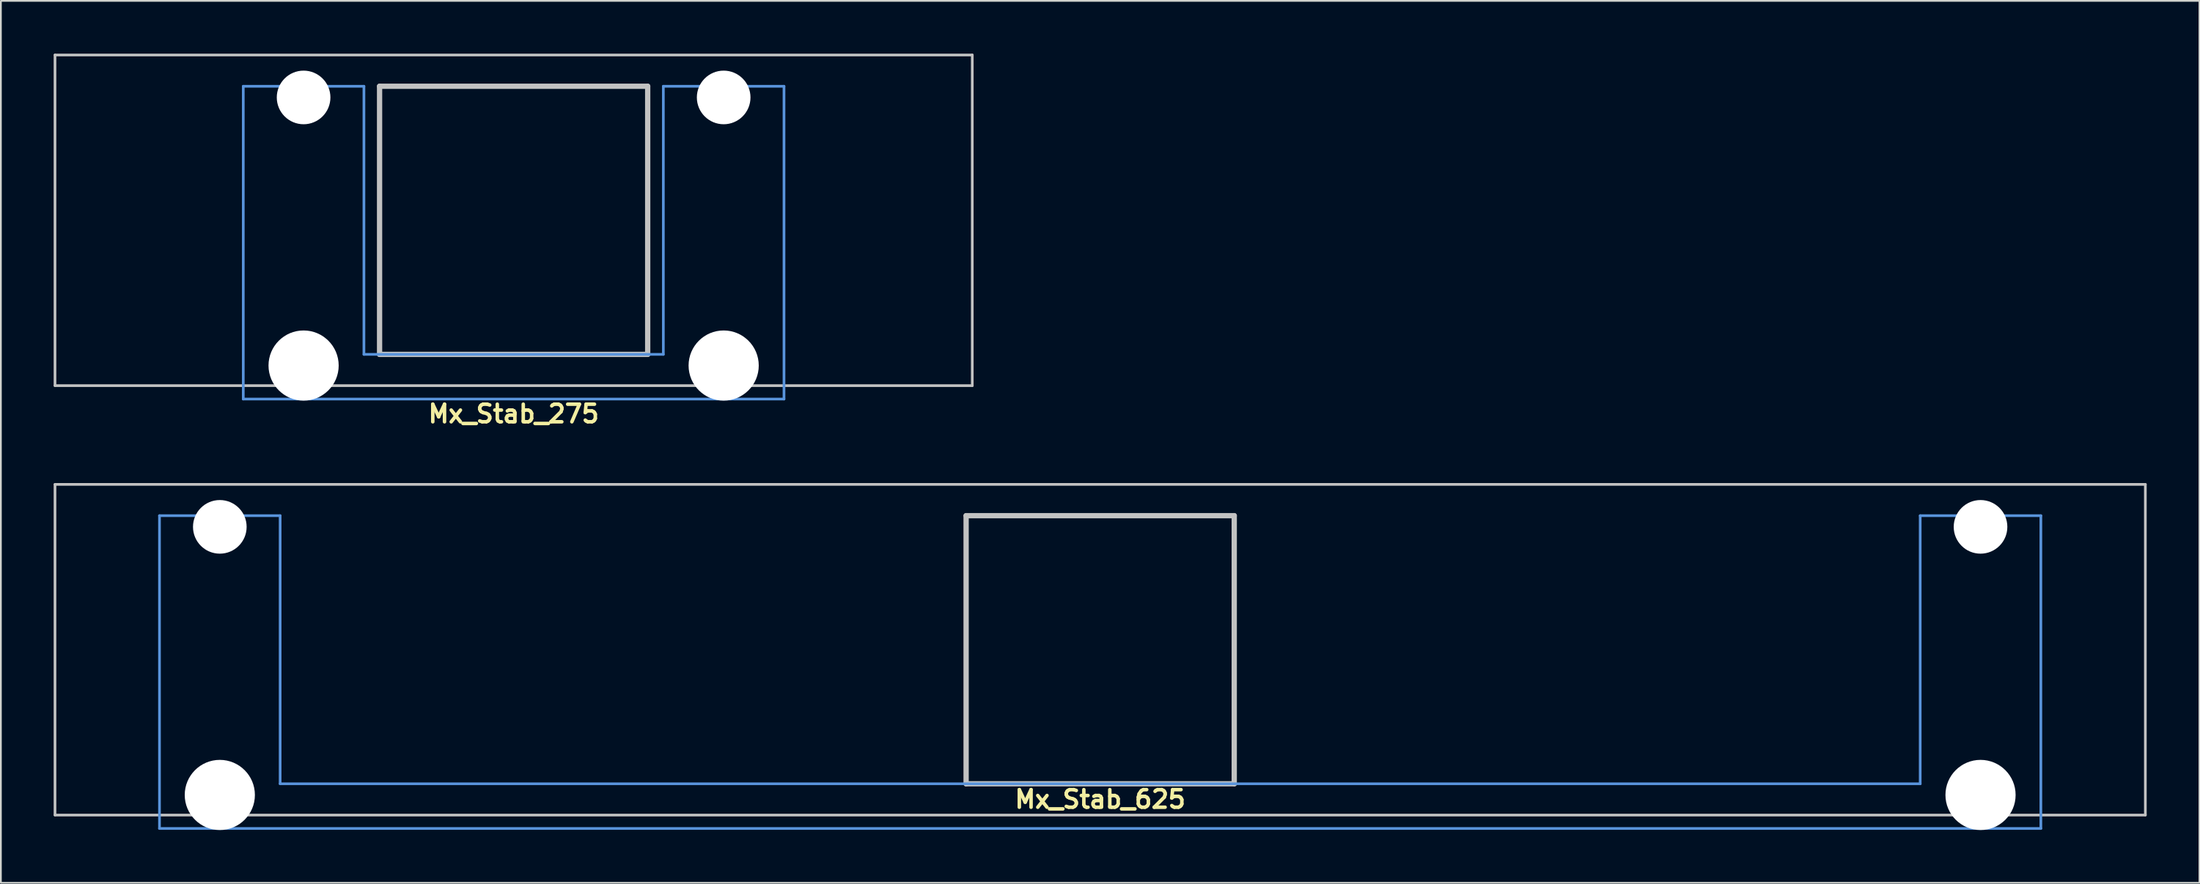
<source format=kicad_pcb>
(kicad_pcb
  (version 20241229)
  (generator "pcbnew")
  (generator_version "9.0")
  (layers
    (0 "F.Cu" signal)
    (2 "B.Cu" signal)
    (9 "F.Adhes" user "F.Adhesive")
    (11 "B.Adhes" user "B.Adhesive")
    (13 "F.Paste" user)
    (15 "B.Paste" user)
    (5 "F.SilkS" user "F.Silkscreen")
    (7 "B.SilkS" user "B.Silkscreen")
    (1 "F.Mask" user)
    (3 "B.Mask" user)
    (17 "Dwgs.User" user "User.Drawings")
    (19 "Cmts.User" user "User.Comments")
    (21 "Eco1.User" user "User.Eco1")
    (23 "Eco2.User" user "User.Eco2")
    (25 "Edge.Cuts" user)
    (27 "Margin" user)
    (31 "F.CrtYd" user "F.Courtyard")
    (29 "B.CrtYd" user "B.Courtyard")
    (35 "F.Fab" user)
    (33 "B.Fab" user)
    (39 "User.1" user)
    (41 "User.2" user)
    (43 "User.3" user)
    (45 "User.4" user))
  (footprint "Mx_Stab_625"
    (layer "F.Cu")
    (at 59.482 33.884)
    (property "Reference" "Mx_Stab_625" (at 0 8.5 0) (layer "F.SilkS") (effects (font (size 1 1) (thickness 0.2))))
    (attr through_hole)
    (fp_line (start -59.406 -9.398) (end 59.406 -9.398) (stroke (width 0.152) (type solid)) (layer "Dwgs.User"))
    (fp_line (start -59.406 9.398) (end -59.406 -9.398) (stroke (width 0.152) (type solid)) (layer "Dwgs.User"))
    (fp_line (start -7.62 -7.62) (end 7.62 -7.62) (stroke (width 0.3) (type solid)) (layer "Dwgs.User"))
    (fp_line (start -7.62 7.62) (end -7.62 -7.62) (stroke (width 0.3) (type solid)) (layer "Dwgs.User"))
    (fp_line (start 7.62 -7.62) (end 7.62 7.62) (stroke (width 0.3) (type solid)) (layer "Dwgs.User"))
    (fp_line (start 7.62 7.62) (end -7.62 7.62) (stroke (width 0.3) (type solid)) (layer "Dwgs.User"))
    (fp_line (start 59.406 -9.398) (end 59.406 9.398) (stroke (width 0.152) (type solid)) (layer "Dwgs.User"))
    (fp_line (start 59.406 9.398) (end -59.406 9.398) (stroke (width 0.152) (type solid)) (layer "Dwgs.User"))
    (fp_line (start -53.467 -7.62) (end -53.467 10.16) (stroke (width 0.152) (type solid)) (layer "Cmts.User"))
    (fp_line (start -53.467 10.16) (end 53.467 10.16) (stroke (width 0.152) (type solid)) (layer "Cmts.User"))
    (fp_line (start -46.609 -7.62) (end -53.467 -7.62) (stroke (width 0.152) (type solid)) (layer "Cmts.User"))
    (fp_line (start -46.609 7.62) (end -46.609 -7.62) (stroke (width 0.152) (type solid)) (layer "Cmts.User"))
    (fp_line (start 46.609 -7.62) (end 46.609 7.62) (stroke (width 0.152) (type solid)) (layer "Cmts.User"))
    (fp_line (start 46.609 7.62) (end -46.609 7.62) (stroke (width 0.152) (type solid)) (layer "Cmts.User"))
    (fp_line (start 53.467 -7.62) (end 46.609 -7.62) (stroke (width 0.152) (type solid)) (layer "Cmts.User"))
    (fp_line (start 53.467 10.16) (end 53.467 -7.62) (stroke (width 0.152) (type solid)) (layer "Cmts.User"))
    (fp_line (start -54.229 -2.286) (end -53.365 -2.286) (stroke (width 0.152) (type solid)) (layer "Eco2.User"))
    (fp_line (start -54.229 0.508) (end -54.229 -2.286) (stroke (width 0.152) (type solid)) (layer "Eco2.User"))
    (fp_line (start -53.365 -5.69) (end -46.711 -5.69) (stroke (width 0.152) (type solid)) (layer "Eco2.User"))
    (fp_line (start -53.365 -2.286) (end -53.365 -5.69) (stroke (width 0.152) (type solid)) (layer "Eco2.User"))
    (fp_line (start -53.365 0.508) (end -54.229 0.508) (stroke (width 0.152) (type solid)) (layer "Eco2.User"))
    (fp_line (start -53.365 6.604) (end -53.365 0.508) (stroke (width 0.152) (type solid)) (layer "Eco2.User"))
    (fp_line (start -52.324 6.604) (end -53.365 6.604) (stroke (width 0.152) (type solid)) (layer "Eco2.User"))
    (fp_line (start -52.324 7.772) (end -52.324 6.604) (stroke (width 0.152) (type solid)) (layer "Eco2.User"))
    (fp_line (start -47.752 6.604) (end -47.752 7.772) (stroke (width 0.152) (type solid)) (layer "Eco2.User"))
    (fp_line (start -47.752 7.772) (end -52.324 7.772) (stroke (width 0.152) (type solid)) (layer "Eco2.User"))
    (fp_line (start -46.711 -5.69) (end -46.711 -2.286) (stroke (width 0.152) (type solid)) (layer "Eco2.User"))
    (fp_line (start -46.711 -2.286) (end -6.985 -2.286) (stroke (width 0.152) (type solid)) (layer "Eco2.User"))
    (fp_line (start -46.711 2.286) (end -46.711 6.604) (stroke (width 0.152) (type solid)) (layer "Eco2.User"))
    (fp_line (start -46.711 6.604) (end -47.752 6.604) (stroke (width 0.152) (type solid)) (layer "Eco2.User"))
    (fp_line (start -6.985 -6.985) (end 6.985 -6.985) (stroke (width 0.152) (type solid)) (layer "Eco2.User"))
    (fp_line (start -6.985 -2.286) (end -6.985 -6.985) (stroke (width 0.152) (type solid)) (layer "Eco2.User"))
    (fp_line (start -6.985 2.286) (end -46.711 2.286) (stroke (width 0.152) (type solid)) (layer "Eco2.User"))
    (fp_line (start -6.985 6.985) (end -6.985 2.286) (stroke (width 0.152) (type solid)) (layer "Eco2.User"))
    (fp_line (start 6.985 -6.985) (end 6.985 -2.286) (stroke (width 0.152) (type solid)) (layer "Eco2.User"))
    (fp_line (start 6.985 -2.286) (end 46.711 -2.286) (stroke (width 0.152) (type solid)) (layer "Eco2.User"))
    (fp_line (start 6.985 2.286) (end 6.985 6.985) (stroke (width 0.152) (type solid)) (layer "Eco2.User"))
    (fp_line (start 6.985 6.985) (end -6.985 6.985) (stroke (width 0.152) (type solid)) (layer "Eco2.User"))
    (fp_line (start 46.711 -5.69) (end 53.365 -5.69) (stroke (width 0.152) (type solid)) (layer "Eco2.User"))
    (fp_line (start 46.711 -2.286) (end 46.711 -5.69) (stroke (width 0.152) (type solid)) (layer "Eco2.User"))
    (fp_line (start 46.711 2.286) (end 6.985 2.286) (stroke (width 0.152) (type solid)) (layer "Eco2.User"))
    (fp_line (start 46.711 6.604) (end 46.711 2.286) (stroke (width 0.152) (type solid)) (layer "Eco2.User"))
    (fp_line (start 47.752 6.604) (end 46.711 6.604) (stroke (width 0.152) (type solid)) (layer "Eco2.User"))
    (fp_line (start 47.752 7.772) (end 47.752 6.604) (stroke (width 0.152) (type solid)) (layer "Eco2.User"))
    (fp_line (start 52.324 6.604) (end 52.324 7.772) (stroke (width 0.152) (type solid)) (layer "Eco2.User"))
    (fp_line (start 52.324 7.772) (end 47.752 7.772) (stroke (width 0.152) (type solid)) (layer "Eco2.User"))
    (fp_line (start 53.365 -5.69) (end 53.365 -2.286) (stroke (width 0.152) (type solid)) (layer "Eco2.User"))
    (fp_line (start 53.365 -2.286) (end 54.229 -2.286) (stroke (width 0.152) (type solid)) (layer "Eco2.User"))
    (fp_line (start 53.365 0.508) (end 53.365 6.604) (stroke (width 0.152) (type solid)) (layer "Eco2.User"))
    (fp_line (start 53.365 6.604) (end 52.324 6.604) (stroke (width 0.152) (type solid)) (layer "Eco2.User"))
    (fp_line (start 54.229 -2.286) (end 54.229 0.508) (stroke (width 0.152) (type solid)) (layer "Eco2.User"))
    (fp_line (start 54.229 0.508) (end 53.365 0.508) (stroke (width 0.152) (type solid)) (layer "Eco2.User"))
    (pad "" np_thru_hole circle (at -50.038 -6.985) (size 3.048 3.048) (drill 3.048) (layers "*.Cu" "*.Mask"))
    (pad "" np_thru_hole circle (at -50.038 8.255) (size 3.988 3.988) (drill 3.988) (layers "*.Cu" "*.Mask"))
    (pad "" np_thru_hole circle (at 50.038 -6.985) (size 3.048 3.048) (drill 3.048) (layers "*.Cu" "*.Mask"))
    (pad "" np_thru_hole circle (at 50.038 8.255) (size 3.988 3.988) (drill 3.988) (layers "*.Cu" "*.Mask")))
  (footprint "Mx_Stab_275"
    (layer "F.Cu")
    (at 26.144 9.474)
    (property "Reference" "Mx_Stab_275" (at 0 11 0) (layer "F.SilkS") (effects (font (size 1 1) (thickness 0.2))))
    (attr through_hole)
    (fp_line (start -26.068 -9.398) (end 26.068 -9.398) (stroke (width 0.152) (type solid)) (layer "Dwgs.User"))
    (fp_line (start -26.068 9.398) (end -26.068 -9.398) (stroke (width 0.152) (type solid)) (layer "Dwgs.User"))
    (fp_line (start -7.62 -7.62) (end 7.62 -7.62) (stroke (width 0.3) (type solid)) (layer "Dwgs.User"))
    (fp_line (start -7.62 7.62) (end -7.62 -7.62) (stroke (width 0.3) (type solid)) (layer "Dwgs.User"))
    (fp_line (start 7.62 -7.62) (end 7.62 7.62) (stroke (width 0.3) (type solid)) (layer "Dwgs.User"))
    (fp_line (start 7.62 7.62) (end -7.62 7.62) (stroke (width 0.3) (type solid)) (layer "Dwgs.User"))
    (fp_line (start 26.068 -9.398) (end 26.068 9.398) (stroke (width 0.152) (type solid)) (layer "Dwgs.User"))
    (fp_line (start 26.068 9.398) (end -26.068 9.398) (stroke (width 0.152) (type solid)) (layer "Dwgs.User"))
    (fp_line (start -15.367 -7.62) (end -15.367 10.16) (stroke (width 0.152) (type solid)) (layer "Cmts.User"))
    (fp_line (start -15.367 10.16) (end 15.367 10.16) (stroke (width 0.152) (type solid)) (layer "Cmts.User"))
    (fp_line (start -8.509 -7.62) (end -15.367 -7.62) (stroke (width 0.152) (type solid)) (layer "Cmts.User"))
    (fp_line (start -8.509 7.62) (end -8.509 -7.62) (stroke (width 0.152) (type solid)) (layer "Cmts.User"))
    (fp_line (start 8.509 -7.62) (end 8.509 7.62) (stroke (width 0.152) (type solid)) (layer "Cmts.User"))
    (fp_line (start 8.509 7.62) (end -8.509 7.62) (stroke (width 0.152) (type solid)) (layer "Cmts.User"))
    (fp_line (start 15.367 -7.62) (end 8.509 -7.62) (stroke (width 0.152) (type solid)) (layer "Cmts.User"))
    (fp_line (start 15.367 10.16) (end 15.367 -7.62) (stroke (width 0.152) (type solid)) (layer "Cmts.User"))
    (fp_line (start -16.129 -2.286) (end -15.265 -2.286) (stroke (width 0.152) (type solid)) (layer "Eco2.User"))
    (fp_line (start -16.129 0.508) (end -16.129 -2.286) (stroke (width 0.152) (type solid)) (layer "Eco2.User"))
    (fp_line (start -15.265 -5.69) (end -8.611 -5.69) (stroke (width 0.152) (type solid)) (layer "Eco2.User"))
    (fp_line (start -15.265 -2.286) (end -15.265 -5.69) (stroke (width 0.152) (type solid)) (layer "Eco2.User"))
    (fp_line (start -15.265 0.508) (end -16.129 0.508) (stroke (width 0.152) (type solid)) (layer "Eco2.User"))
    (fp_line (start -15.265 6.604) (end -15.265 0.508) (stroke (width 0.152) (type solid)) (layer "Eco2.User"))
    (fp_line (start -14.224 6.604) (end -15.265 6.604) (stroke (width 0.152) (type solid)) (layer "Eco2.User"))
    (fp_line (start -14.224 7.772) (end -14.224 6.604) (stroke (width 0.152) (type solid)) (layer "Eco2.User"))
    (fp_line (start -9.652 6.604) (end -9.652 7.772) (stroke (width 0.152) (type solid)) (layer "Eco2.User"))
    (fp_line (start -9.652 7.772) (end -14.224 7.772) (stroke (width 0.152) (type solid)) (layer "Eco2.User"))
    (fp_line (start -8.611 -5.69) (end -8.611 -4.877) (stroke (width 0.152) (type solid)) (layer "Eco2.User"))
    (fp_line (start -8.611 -4.877) (end -6.985 -4.877) (stroke (width 0.152) (type solid)) (layer "Eco2.User"))
    (fp_line (start -8.611 5.817) (end -8.611 6.604) (stroke (width 0.152) (type solid)) (layer "Eco2.User"))
    (fp_line (start -8.611 6.604) (end -9.652 6.604) (stroke (width 0.152) (type solid)) (layer "Eco2.User"))
    (fp_line (start -6.985 -6.985) (end 6.985 -6.985) (stroke (width 0.152) (type solid)) (layer "Eco2.User"))
    (fp_line (start -6.985 -4.877) (end -6.985 -6.985) (stroke (width 0.152) (type solid)) (layer "Eco2.User"))
    (fp_line (start -6.985 5.817) (end -8.611 5.817) (stroke (width 0.152) (type solid)) (layer "Eco2.User"))
    (fp_line (start -6.985 6.985) (end -6.985 5.817) (stroke (width 0.152) (type solid)) (layer "Eco2.User"))
    (fp_line (start 6.985 -6.985) (end 6.985 -4.877) (stroke (width 0.152) (type solid)) (layer "Eco2.User"))
    (fp_line (start 6.985 -4.877) (end 8.611 -4.877) (stroke (width 0.152) (type solid)) (layer "Eco2.User"))
    (fp_line (start 6.985 5.817) (end 6.985 6.985) (stroke (width 0.152) (type solid)) (layer "Eco2.User"))
    (fp_line (start 6.985 6.985) (end -6.985 6.985) (stroke (width 0.152) (type solid)) (layer "Eco2.User"))
    (fp_line (start 8.611 -5.69) (end 15.265 -5.69) (stroke (width 0.152) (type solid)) (layer "Eco2.User"))
    (fp_line (start 8.611 -4.877) (end 8.611 -5.69) (stroke (width 0.152) (type solid)) (layer "Eco2.User"))
    (fp_line (start 8.611 5.817) (end 6.985 5.817) (stroke (width 0.152) (type solid)) (layer "Eco2.User"))
    (fp_line (start 8.611 6.604) (end 8.611 5.817) (stroke (width 0.152) (type solid)) (layer "Eco2.User"))
    (fp_line (start 9.652 6.604) (end 8.611 6.604) (stroke (width 0.152) (type solid)) (layer "Eco2.User"))
    (fp_line (start 9.652 7.772) (end 9.652 6.604) (stroke (width 0.152) (type solid)) (layer "Eco2.User"))
    (fp_line (start 14.224 6.604) (end 14.224 7.772) (stroke (width 0.152) (type solid)) (layer "Eco2.User"))
    (fp_line (start 14.224 7.772) (end 9.652 7.772) (stroke (width 0.152) (type solid)) (layer "Eco2.User"))
    (fp_line (start 15.265 -5.69) (end 15.265 -2.286) (stroke (width 0.152) (type solid)) (layer "Eco2.User"))
    (fp_line (start 15.265 -2.286) (end 16.129 -2.286) (stroke (width 0.152) (type solid)) (layer "Eco2.User"))
    (fp_line (start 15.265 0.508) (end 15.265 6.604) (stroke (width 0.152) (type solid)) (layer "Eco2.User"))
    (fp_line (start 15.265 6.604) (end 14.224 6.604) (stroke (width 0.152) (type solid)) (layer "Eco2.User"))
    (fp_line (start 16.129 -2.286) (end 16.129 0.508) (stroke (width 0.152) (type solid)) (layer "Eco2.User"))
    (fp_line (start 16.129 0.508) (end 15.265 0.508) (stroke (width 0.152) (type solid)) (layer "Eco2.User"))
    (pad "" np_thru_hole circle (at -11.938 -6.985) (size 3.048 3.048) (drill 3.048) (layers "*.Cu" "*.Mask"))
    (pad "" np_thru_hole circle (at -11.938 8.255) (size 3.988 3.988) (drill 3.988) (layers "*.Cu" "*.Mask"))
    (pad "" np_thru_hole circle (at 11.938 -6.985) (size 3.048 3.048) (drill 3.048) (layers "*.Cu" "*.Mask"))
    (pad "" np_thru_hole circle (at 11.938 8.255) (size 3.988 3.988) (drill 3.988) (layers "*.Cu" "*.Mask")))
  (gr_rect
    (start -3 -3)
    (end 121.963 47.133)
    (stroke (width 0.1) (type default))
    (fill no)
    (layer "Edge.Cuts")))
</source>
